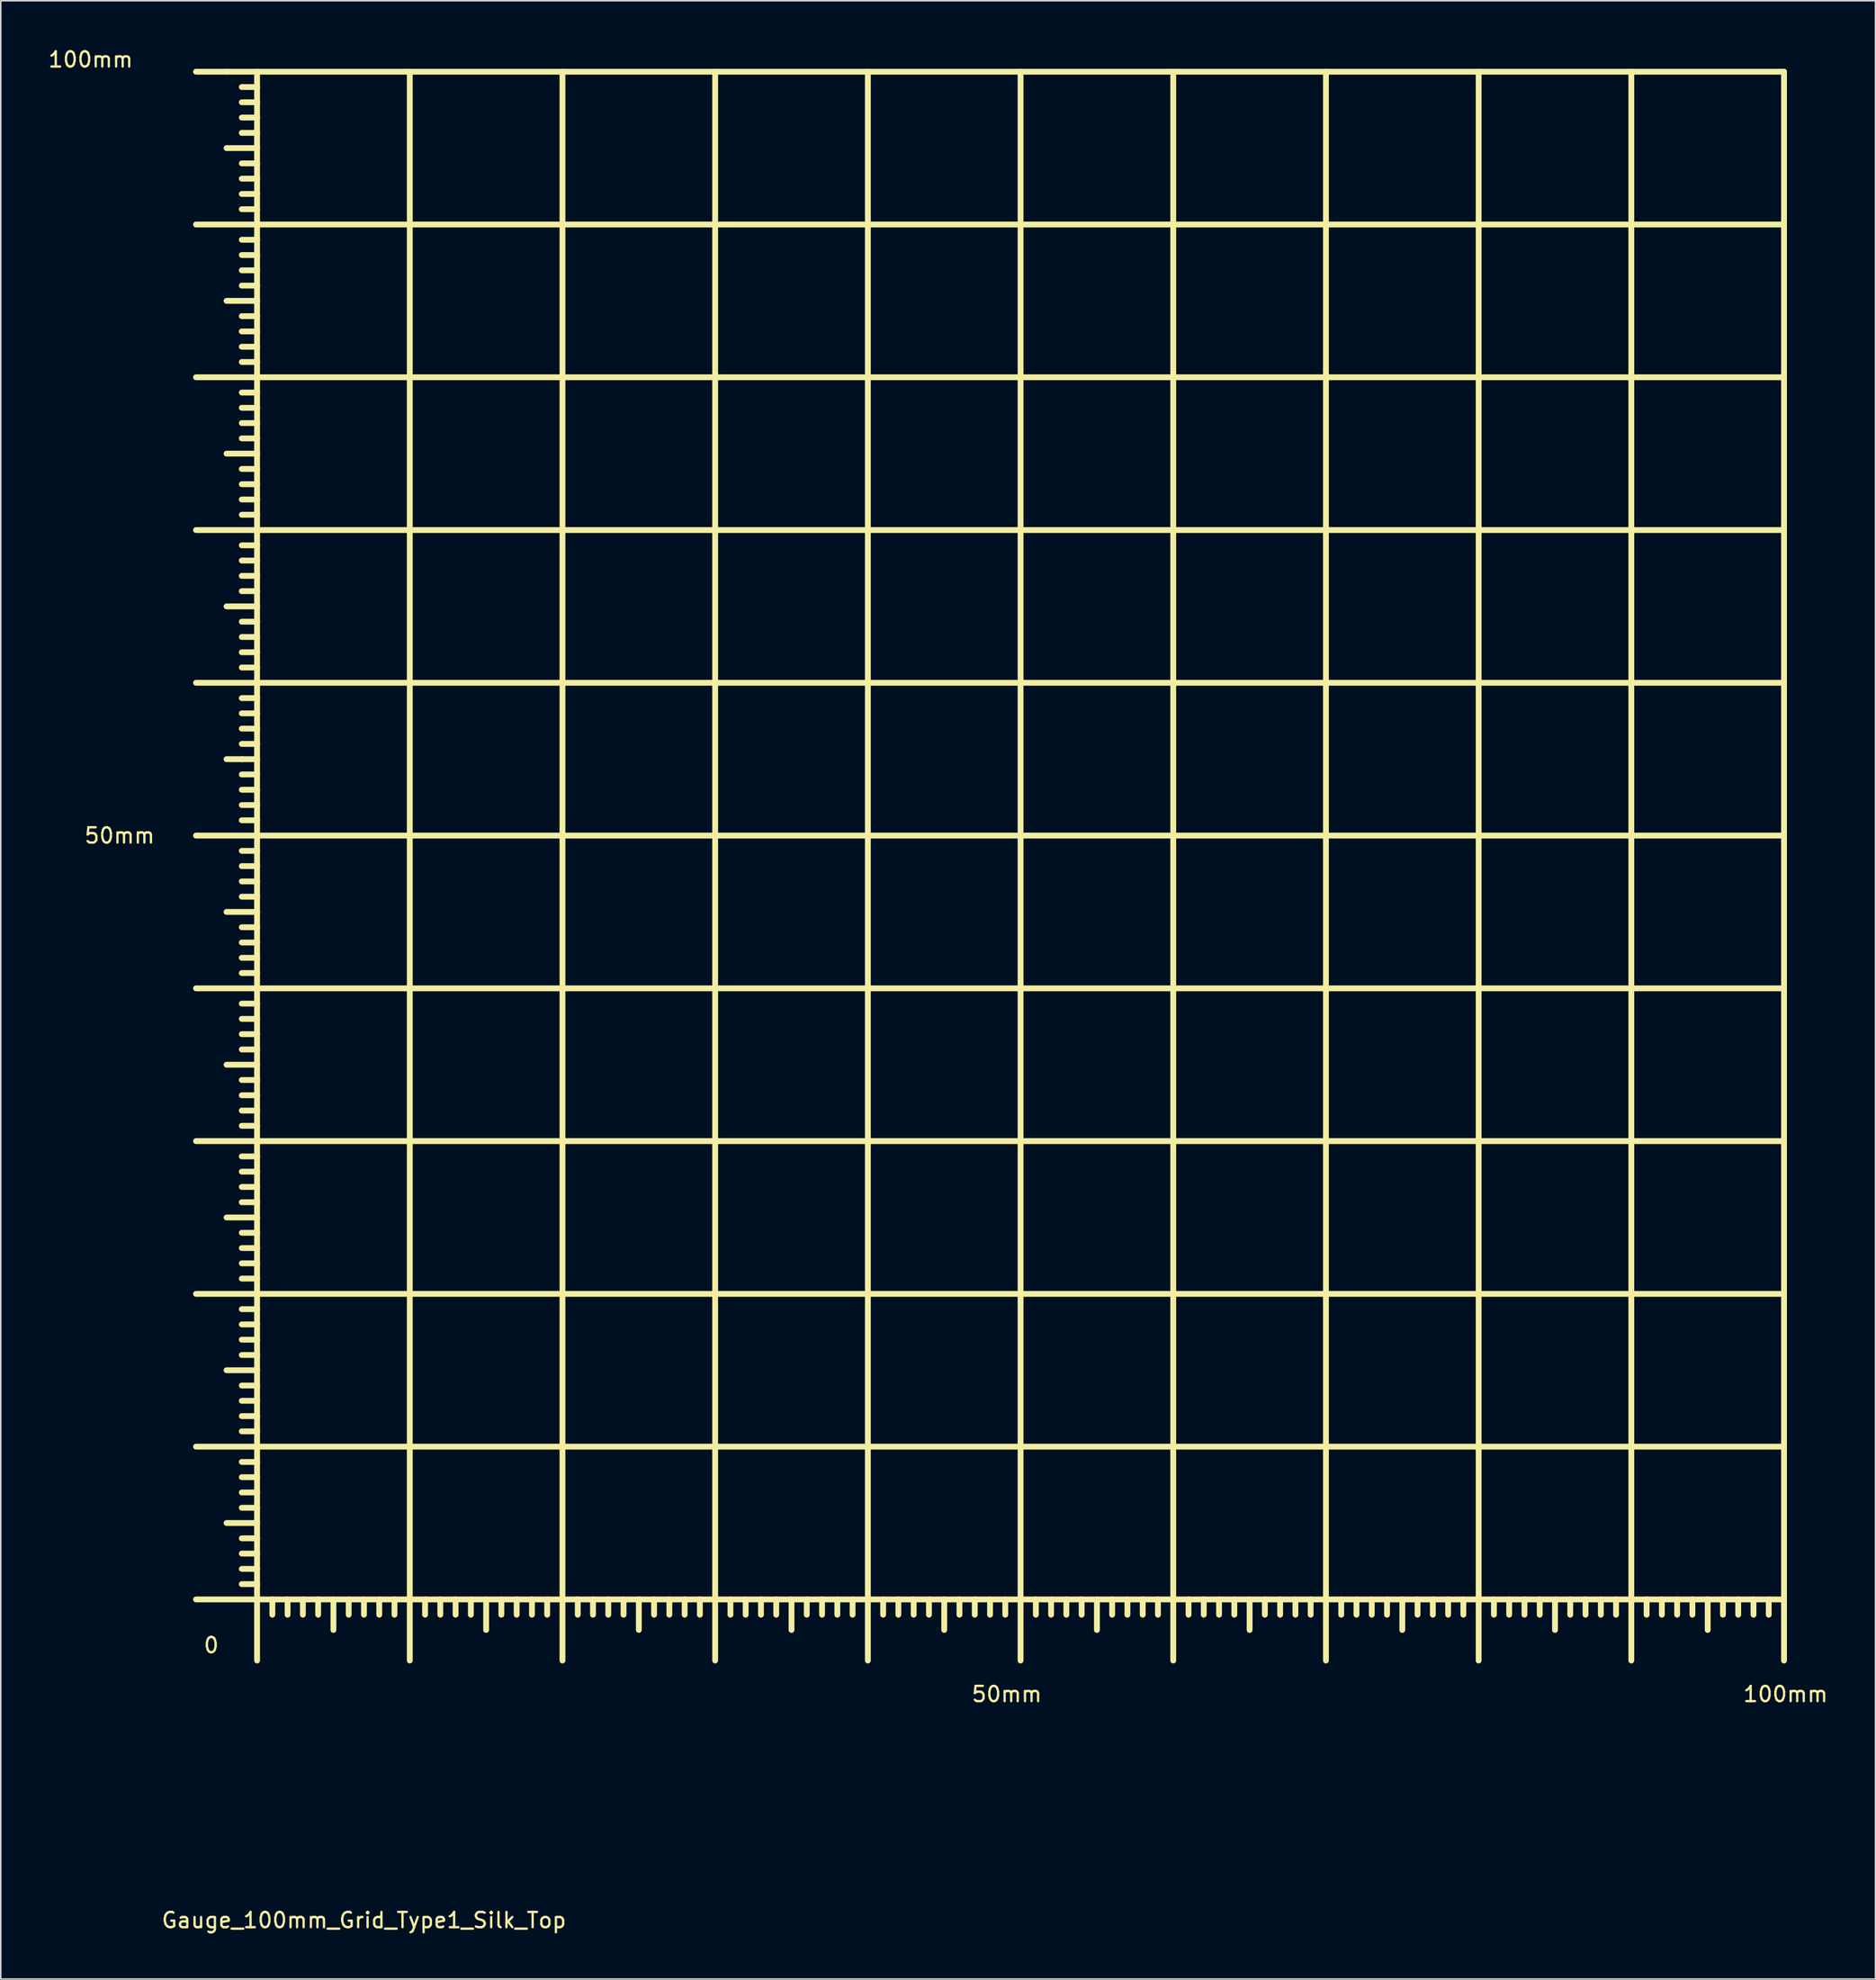
<source format=kicad_pcb>
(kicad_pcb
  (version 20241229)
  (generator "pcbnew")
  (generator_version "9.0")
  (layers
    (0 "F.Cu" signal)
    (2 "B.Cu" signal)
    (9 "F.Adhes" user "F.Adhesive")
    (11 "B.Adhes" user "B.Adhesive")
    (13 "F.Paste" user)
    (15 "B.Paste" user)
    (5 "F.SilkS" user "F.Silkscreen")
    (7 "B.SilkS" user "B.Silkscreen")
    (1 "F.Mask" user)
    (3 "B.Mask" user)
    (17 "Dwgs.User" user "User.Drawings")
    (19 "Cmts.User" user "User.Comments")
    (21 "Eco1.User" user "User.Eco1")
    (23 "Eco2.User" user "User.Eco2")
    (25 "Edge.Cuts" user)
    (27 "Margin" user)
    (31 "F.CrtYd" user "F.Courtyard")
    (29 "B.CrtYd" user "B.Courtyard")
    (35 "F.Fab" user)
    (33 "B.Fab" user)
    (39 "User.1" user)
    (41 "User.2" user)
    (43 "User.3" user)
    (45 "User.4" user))
  (footprint "Gauge_100mm_Grid_Type1_Silk_Top"
    (layer "F.Cu")
    (at 13.786 101.646)
    (property "Reference" "Gauge_100mm_Grid_Type1_Silk_Top" (at 7 21.001 0) (layer "F.SilkS") (effects (font (size 1 1) (thickness 0.15))))
    (attr through_hole)
    (fp_line (start -1.999 -100) (end -4 -100) (stroke (width 0.381) (type solid)) (layer "F.SilkS"))
    (fp_line (start -1.001 -55.001) (end -1.999 -55.001) (stroke (width 0.381) (type solid)) (layer "F.SilkS"))
    (fp_line (start 0 -100) (end -1.999 -100) (stroke (width 0.381) (type solid)) (layer "F.SilkS"))
    (fp_line (start 0 -100) (end 100 -100) (stroke (width 0.381) (type solid)) (layer "F.SilkS"))
    (fp_line (start 0 -98.999) (end -1.001 -98.999) (stroke (width 0.381) (type solid)) (layer "F.SilkS"))
    (fp_line (start 0 -98.001) (end -1.001 -98.001) (stroke (width 0.381) (type solid)) (layer "F.SilkS"))
    (fp_line (start 0 -97) (end -1.001 -97) (stroke (width 0.381) (type solid)) (layer "F.SilkS"))
    (fp_line (start 0 -95.999) (end -1.001 -95.999) (stroke (width 0.381) (type solid)) (layer "F.SilkS"))
    (fp_line (start 0 -95.001) (end -1.999 -95.001) (stroke (width 0.381) (type solid)) (layer "F.SilkS"))
    (fp_line (start 0 -94) (end -1.001 -94) (stroke (width 0.381) (type solid)) (layer "F.SilkS"))
    (fp_line (start 0 -93) (end -1.001 -93) (stroke (width 0.381) (type solid)) (layer "F.SilkS"))
    (fp_line (start 0 -91.999) (end -1.001 -91.999) (stroke (width 0.381) (type solid)) (layer "F.SilkS"))
    (fp_line (start 0 -91.001) (end -1.001 -91.001) (stroke (width 0.381) (type solid)) (layer "F.SilkS"))
    (fp_line (start 0 -90) (end -4 -90) (stroke (width 0.381) (type solid)) (layer "F.SilkS"))
    (fp_line (start 0 -90) (end 100 -90) (stroke (width 0.381) (type solid)) (layer "F.SilkS"))
    (fp_line (start 0 -88.999) (end -1.001 -88.999) (stroke (width 0.381) (type solid)) (layer "F.SilkS"))
    (fp_line (start 0 -88.001) (end -1.001 -88.001) (stroke (width 0.381) (type solid)) (layer "F.SilkS"))
    (fp_line (start 0 -87) (end -1.001 -87) (stroke (width 0.381) (type solid)) (layer "F.SilkS"))
    (fp_line (start 0 -85.999) (end -1.001 -85.999) (stroke (width 0.381) (type solid)) (layer "F.SilkS"))
    (fp_line (start 0 -85.001) (end -1.999 -85.001) (stroke (width 0.381) (type solid)) (layer "F.SilkS"))
    (fp_line (start 0 -84) (end -1.001 -84) (stroke (width 0.381) (type solid)) (layer "F.SilkS"))
    (fp_line (start 0 -83) (end -1.001 -83) (stroke (width 0.381) (type solid)) (layer "F.SilkS"))
    (fp_line (start 0 -81.999) (end -1.001 -81.999) (stroke (width 0.381) (type solid)) (layer "F.SilkS"))
    (fp_line (start 0 -81.001) (end -1.001 -81.001) (stroke (width 0.381) (type solid)) (layer "F.SilkS"))
    (fp_line (start 0 -80) (end -4 -80) (stroke (width 0.381) (type solid)) (layer "F.SilkS"))
    (fp_line (start 0 -80) (end 100 -80) (stroke (width 0.381) (type solid)) (layer "F.SilkS"))
    (fp_line (start 0 -78.999) (end -1.001 -78.999) (stroke (width 0.381) (type solid)) (layer "F.SilkS"))
    (fp_line (start 0 -78.001) (end -1.001 -78.001) (stroke (width 0.381) (type solid)) (layer "F.SilkS"))
    (fp_line (start 0 -77) (end -1.001 -77) (stroke (width 0.381) (type solid)) (layer "F.SilkS"))
    (fp_line (start 0 -75.999) (end -1.001 -75.999) (stroke (width 0.381) (type solid)) (layer "F.SilkS"))
    (fp_line (start 0 -75.001) (end -1.999 -75.001) (stroke (width 0.381) (type solid)) (layer "F.SilkS"))
    (fp_line (start 0 -74) (end -1.001 -74) (stroke (width 0.381) (type solid)) (layer "F.SilkS"))
    (fp_line (start 0 -73) (end -1.001 -73) (stroke (width 0.381) (type solid)) (layer "F.SilkS"))
    (fp_line (start 0 -71.999) (end -1.001 -71.999) (stroke (width 0.381) (type solid)) (layer "F.SilkS"))
    (fp_line (start 0 -71.001) (end -1.001 -71.001) (stroke (width 0.381) (type solid)) (layer "F.SilkS"))
    (fp_line (start 0 -70) (end -4 -70) (stroke (width 0.381) (type solid)) (layer "F.SilkS"))
    (fp_line (start 0 -70) (end 100 -70) (stroke (width 0.381) (type solid)) (layer "F.SilkS"))
    (fp_line (start 0 -68.999) (end -1.001 -68.999) (stroke (width 0.381) (type solid)) (layer "F.SilkS"))
    (fp_line (start 0 -68.001) (end -1.001 -68.001) (stroke (width 0.381) (type solid)) (layer "F.SilkS"))
    (fp_line (start 0 -67) (end -1.001 -67) (stroke (width 0.381) (type solid)) (layer "F.SilkS"))
    (fp_line (start 0 -65.999) (end -1.001 -65.999) (stroke (width 0.381) (type solid)) (layer "F.SilkS"))
    (fp_line (start 0 -65.001) (end -1.999 -65.001) (stroke (width 0.381) (type solid)) (layer "F.SilkS"))
    (fp_line (start 0 -64) (end -1.001 -64) (stroke (width 0.381) (type solid)) (layer "F.SilkS"))
    (fp_line (start 0 -63) (end -1.001 -63) (stroke (width 0.381) (type solid)) (layer "F.SilkS"))
    (fp_line (start 0 -61.999) (end -1.001 -61.999) (stroke (width 0.381) (type solid)) (layer "F.SilkS"))
    (fp_line (start 0 -61.001) (end -1.001 -61.001) (stroke (width 0.381) (type solid)) (layer "F.SilkS"))
    (fp_line (start 0 -60) (end -4 -60) (stroke (width 0.381) (type solid)) (layer "F.SilkS"))
    (fp_line (start 0 -60) (end 100 -60) (stroke (width 0.381) (type solid)) (layer "F.SilkS"))
    (fp_line (start 0 -58.999) (end -1.001 -58.999) (stroke (width 0.381) (type solid)) (layer "F.SilkS"))
    (fp_line (start 0 -58.001) (end -1.001 -58.001) (stroke (width 0.381) (type solid)) (layer "F.SilkS"))
    (fp_line (start 0 -57) (end -1.001 -57) (stroke (width 0.381) (type solid)) (layer "F.SilkS"))
    (fp_line (start 0 -55.999) (end -1.001 -55.999) (stroke (width 0.381) (type solid)) (layer "F.SilkS"))
    (fp_line (start 0 -55.001) (end -1.001 -55.001) (stroke (width 0.381) (type solid)) (layer "F.SilkS"))
    (fp_line (start 0 -54) (end -1.001 -54) (stroke (width 0.381) (type solid)) (layer "F.SilkS"))
    (fp_line (start 0 -53) (end -1.001 -53) (stroke (width 0.381) (type solid)) (layer "F.SilkS"))
    (fp_line (start 0 -51.999) (end -1.001 -51.999) (stroke (width 0.381) (type solid)) (layer "F.SilkS"))
    (fp_line (start 0 -51.001) (end -1.001 -51.001) (stroke (width 0.381) (type solid)) (layer "F.SilkS"))
    (fp_line (start 0 -50) (end -4 -50) (stroke (width 0.381) (type solid)) (layer "F.SilkS"))
    (fp_line (start 0 -50) (end 100 -50) (stroke (width 0.381) (type solid)) (layer "F.SilkS"))
    (fp_line (start 0 -48.999) (end -1.001 -48.999) (stroke (width 0.381) (type solid)) (layer "F.SilkS"))
    (fp_line (start 0 -48.001) (end -1.001 -48.001) (stroke (width 0.381) (type solid)) (layer "F.SilkS"))
    (fp_line (start 0 -47) (end -1.001 -47) (stroke (width 0.381) (type solid)) (layer "F.SilkS"))
    (fp_line (start 0 -45.999) (end -1.001 -45.999) (stroke (width 0.381) (type solid)) (layer "F.SilkS"))
    (fp_line (start 0 -45.001) (end -1.999 -45.001) (stroke (width 0.381) (type solid)) (layer "F.SilkS"))
    (fp_line (start 0 -44) (end -1.001 -44) (stroke (width 0.381) (type solid)) (layer "F.SilkS"))
    (fp_line (start 0 -43) (end -1.001 -43) (stroke (width 0.381) (type solid)) (layer "F.SilkS"))
    (fp_line (start 0 -41.999) (end -1.001 -41.999) (stroke (width 0.381) (type solid)) (layer "F.SilkS"))
    (fp_line (start 0 -41.001) (end -1.001 -41.001) (stroke (width 0.381) (type solid)) (layer "F.SilkS"))
    (fp_line (start 0 -40) (end -4 -40) (stroke (width 0.381) (type solid)) (layer "F.SilkS"))
    (fp_line (start 0 -40) (end 100 -40) (stroke (width 0.381) (type solid)) (layer "F.SilkS"))
    (fp_line (start 0 -38.999) (end -1.001 -38.999) (stroke (width 0.381) (type solid)) (layer "F.SilkS"))
    (fp_line (start 0 -38.001) (end -1.001 -38.001) (stroke (width 0.381) (type solid)) (layer "F.SilkS"))
    (fp_line (start 0 -37) (end -1.001 -37) (stroke (width 0.381) (type solid)) (layer "F.SilkS"))
    (fp_line (start 0 -35.999) (end -1.001 -35.999) (stroke (width 0.381) (type solid)) (layer "F.SilkS"))
    (fp_line (start 0 -35.001) (end -1.999 -35.001) (stroke (width 0.381) (type solid)) (layer "F.SilkS"))
    (fp_line (start 0 -34) (end -1.001 -34) (stroke (width 0.381) (type solid)) (layer "F.SilkS"))
    (fp_line (start 0 -33) (end -1.001 -33) (stroke (width 0.381) (type solid)) (layer "F.SilkS"))
    (fp_line (start 0 -31.999) (end -1.001 -31.999) (stroke (width 0.381) (type solid)) (layer "F.SilkS"))
    (fp_line (start 0 -31.001) (end -1.001 -31.001) (stroke (width 0.381) (type solid)) (layer "F.SilkS"))
    (fp_line (start 0 -30) (end -4 -30) (stroke (width 0.381) (type solid)) (layer "F.SilkS"))
    (fp_line (start 0 -30) (end 100 -30) (stroke (width 0.381) (type solid)) (layer "F.SilkS"))
    (fp_line (start 0 -28.999) (end -1.001 -28.999) (stroke (width 0.381) (type solid)) (layer "F.SilkS"))
    (fp_line (start 0 -28.001) (end -1.001 -28.001) (stroke (width 0.381) (type solid)) (layer "F.SilkS"))
    (fp_line (start 0 -27) (end -1.001 -27) (stroke (width 0.381) (type solid)) (layer "F.SilkS"))
    (fp_line (start 0 -25.999) (end -1.001 -25.999) (stroke (width 0.381) (type solid)) (layer "F.SilkS"))
    (fp_line (start 0 -25.001) (end -1.999 -25.001) (stroke (width 0.381) (type solid)) (layer "F.SilkS"))
    (fp_line (start 0 -24) (end -1.001 -24) (stroke (width 0.381) (type solid)) (layer "F.SilkS"))
    (fp_line (start 0 -23) (end -1.001 -23) (stroke (width 0.381) (type solid)) (layer "F.SilkS"))
    (fp_line (start 0 -21.999) (end -1.001 -21.999) (stroke (width 0.381) (type solid)) (layer "F.SilkS"))
    (fp_line (start 0 -21.001) (end -1.001 -21.001) (stroke (width 0.381) (type solid)) (layer "F.SilkS"))
    (fp_line (start 0 -20) (end -4 -20) (stroke (width 0.381) (type solid)) (layer "F.SilkS"))
    (fp_line (start 0 -20) (end 100 -20) (stroke (width 0.381) (type solid)) (layer "F.SilkS"))
    (fp_line (start 0 -18.999) (end -1.001 -18.999) (stroke (width 0.381) (type solid)) (layer "F.SilkS"))
    (fp_line (start 0 -18.001) (end -1.001 -18.001) (stroke (width 0.381) (type solid)) (layer "F.SilkS"))
    (fp_line (start 0 -17) (end -1.001 -17) (stroke (width 0.381) (type solid)) (layer "F.SilkS"))
    (fp_line (start 0 -15.999) (end -1.001 -15.999) (stroke (width 0.381) (type solid)) (layer "F.SilkS"))
    (fp_line (start 0 -15.001) (end -1.999 -15.001) (stroke (width 0.381) (type solid)) (layer "F.SilkS"))
    (fp_line (start 0 -14) (end -1.001 -14) (stroke (width 0.381) (type solid)) (layer "F.SilkS"))
    (fp_line (start 0 -13) (end -1.001 -13) (stroke (width 0.381) (type solid)) (layer "F.SilkS"))
    (fp_line (start 0 -11.999) (end -1.001 -11.999) (stroke (width 0.381) (type solid)) (layer "F.SilkS"))
    (fp_line (start 0 -11.001) (end -1.001 -11.001) (stroke (width 0.381) (type solid)) (layer "F.SilkS"))
    (fp_line (start 0 -10) (end -4 -10) (stroke (width 0.381) (type solid)) (layer "F.SilkS"))
    (fp_line (start 0 -10) (end 100 -10) (stroke (width 0.381) (type solid)) (layer "F.SilkS"))
    (fp_line (start 0 -8.999) (end -1.001 -8.999) (stroke (width 0.381) (type solid)) (layer "F.SilkS"))
    (fp_line (start 0 -8.001) (end -1.001 -8.001) (stroke (width 0.381) (type solid)) (layer "F.SilkS"))
    (fp_line (start 0 -7) (end -1.001 -7) (stroke (width 0.381) (type solid)) (layer "F.SilkS"))
    (fp_line (start 0 -5.999) (end -1.001 -5.999) (stroke (width 0.381) (type solid)) (layer "F.SilkS"))
    (fp_line (start 0 -5.001) (end -1.999 -5.001) (stroke (width 0.381) (type solid)) (layer "F.SilkS"))
    (fp_line (start 0 -4) (end -1.001 -4) (stroke (width 0.381) (type solid)) (layer "F.SilkS"))
    (fp_line (start 0 -3) (end -1.001 -3) (stroke (width 0.381) (type solid)) (layer "F.SilkS"))
    (fp_line (start 0 -1.999) (end -1.001 -1.999) (stroke (width 0.381) (type solid)) (layer "F.SilkS"))
    (fp_line (start 0 -1.001) (end -1.001 -1.001) (stroke (width 0.381) (type solid)) (layer "F.SilkS"))
    (fp_line (start 0 0) (end -4 0) (stroke (width 0.381) (type solid)) (layer "F.SilkS"))
    (fp_line (start 0 0) (end 0 -100) (stroke (width 0.381) (type solid)) (layer "F.SilkS"))
    (fp_line (start 0 0) (end 0 4) (stroke (width 0.381) (type solid)) (layer "F.SilkS"))
    (fp_line (start 0 0) (end 100 0) (stroke (width 0.381) (type solid)) (layer "F.SilkS"))
    (fp_line (start 1.001 0) (end 1.001 1.001) (stroke (width 0.381) (type solid)) (layer "F.SilkS"))
    (fp_line (start 1.999 0) (end 1.999 1.001) (stroke (width 0.381) (type solid)) (layer "F.SilkS"))
    (fp_line (start 3 0) (end 3 1.001) (stroke (width 0.381) (type solid)) (layer "F.SilkS"))
    (fp_line (start 4 0) (end 4 1.001) (stroke (width 0.381) (type solid)) (layer "F.SilkS"))
    (fp_line (start 5.001 0) (end 5.001 1.999) (stroke (width 0.381) (type solid)) (layer "F.SilkS"))
    (fp_line (start 5.999 0) (end 5.999 1.001) (stroke (width 0.381) (type solid)) (layer "F.SilkS"))
    (fp_line (start 7 0) (end 7 1.001) (stroke (width 0.381) (type solid)) (layer "F.SilkS"))
    (fp_line (start 8.001 0) (end 8.001 1.001) (stroke (width 0.381) (type solid)) (layer "F.SilkS"))
    (fp_line (start 8.999 0) (end 8.999 1.001) (stroke (width 0.381) (type solid)) (layer "F.SilkS"))
    (fp_line (start 10 0) (end 10 -100) (stroke (width 0.381) (type solid)) (layer "F.SilkS"))
    (fp_line (start 10 0) (end 10 4) (stroke (width 0.381) (type solid)) (layer "F.SilkS"))
    (fp_line (start 11.001 0) (end 11.001 1.001) (stroke (width 0.381) (type solid)) (layer "F.SilkS"))
    (fp_line (start 11.999 0) (end 11.999 1.001) (stroke (width 0.381) (type solid)) (layer "F.SilkS"))
    (fp_line (start 13 0) (end 13 1.001) (stroke (width 0.381) (type solid)) (layer "F.SilkS"))
    (fp_line (start 14 0) (end 14 1.001) (stroke (width 0.381) (type solid)) (layer "F.SilkS"))
    (fp_line (start 15.001 0) (end 15.001 1.999) (stroke (width 0.381) (type solid)) (layer "F.SilkS"))
    (fp_line (start 15.999 0) (end 15.999 1.001) (stroke (width 0.381) (type solid)) (layer "F.SilkS"))
    (fp_line (start 17 0) (end 17 1.001) (stroke (width 0.381) (type solid)) (layer "F.SilkS"))
    (fp_line (start 18.001 0) (end 18.001 1.001) (stroke (width 0.381) (type solid)) (layer "F.SilkS"))
    (fp_line (start 18.999 0) (end 18.999 1.001) (stroke (width 0.381) (type solid)) (layer "F.SilkS"))
    (fp_line (start 20 0) (end 20 -100) (stroke (width 0.381) (type solid)) (layer "F.SilkS"))
    (fp_line (start 20 0) (end 20 4) (stroke (width 0.381) (type solid)) (layer "F.SilkS"))
    (fp_line (start 21.001 0) (end 21.001 1.001) (stroke (width 0.381) (type solid)) (layer "F.SilkS"))
    (fp_line (start 21.999 0) (end 21.999 1.001) (stroke (width 0.381) (type solid)) (layer "F.SilkS"))
    (fp_line (start 23 0) (end 23 1.001) (stroke (width 0.381) (type solid)) (layer "F.SilkS"))
    (fp_line (start 24 0) (end 24 1.001) (stroke (width 0.381) (type solid)) (layer "F.SilkS"))
    (fp_line (start 25.001 0) (end 25.001 1.999) (stroke (width 0.381) (type solid)) (layer "F.SilkS"))
    (fp_line (start 25.999 0) (end 25.999 1.001) (stroke (width 0.381) (type solid)) (layer "F.SilkS"))
    (fp_line (start 27 0) (end 27 1.001) (stroke (width 0.381) (type solid)) (layer "F.SilkS"))
    (fp_line (start 28.001 0) (end 28.001 1.001) (stroke (width 0.381) (type solid)) (layer "F.SilkS"))
    (fp_line (start 28.999 0) (end 28.999 1.001) (stroke (width 0.381) (type solid)) (layer "F.SilkS"))
    (fp_line (start 30 0) (end 30 -100) (stroke (width 0.381) (type solid)) (layer "F.SilkS"))
    (fp_line (start 30 0) (end 30 4) (stroke (width 0.381) (type solid)) (layer "F.SilkS"))
    (fp_line (start 31.001 0) (end 31.001 1.001) (stroke (width 0.381) (type solid)) (layer "F.SilkS"))
    (fp_line (start 31.999 0) (end 31.999 1.001) (stroke (width 0.381) (type solid)) (layer "F.SilkS"))
    (fp_line (start 33 0) (end 33 1.001) (stroke (width 0.381) (type solid)) (layer "F.SilkS"))
    (fp_line (start 34 0) (end 34 1.001) (stroke (width 0.381) (type solid)) (layer "F.SilkS"))
    (fp_line (start 35.001 0) (end 35.001 1.999) (stroke (width 0.381) (type solid)) (layer "F.SilkS"))
    (fp_line (start 35.999 0) (end 35.999 1.001) (stroke (width 0.381) (type solid)) (layer "F.SilkS"))
    (fp_line (start 37 0) (end 37 1.001) (stroke (width 0.381) (type solid)) (layer "F.SilkS"))
    (fp_line (start 38.001 0) (end 38.001 1.001) (stroke (width 0.381) (type solid)) (layer "F.SilkS"))
    (fp_line (start 38.999 0) (end 38.999 1.001) (stroke (width 0.381) (type solid)) (layer "F.SilkS"))
    (fp_line (start 40 0) (end 40 -100) (stroke (width 0.381) (type solid)) (layer "F.SilkS"))
    (fp_line (start 40 0) (end 40 4) (stroke (width 0.381) (type solid)) (layer "F.SilkS"))
    (fp_line (start 41.001 0) (end 41.001 1.001) (stroke (width 0.381) (type solid)) (layer "F.SilkS"))
    (fp_line (start 41.999 0) (end 41.999 1.001) (stroke (width 0.381) (type solid)) (layer "F.SilkS"))
    (fp_line (start 43 0) (end 43 1.001) (stroke (width 0.381) (type solid)) (layer "F.SilkS"))
    (fp_line (start 44 0) (end 44 1.001) (stroke (width 0.381) (type solid)) (layer "F.SilkS"))
    (fp_line (start 45.001 0) (end 45.001 1.999) (stroke (width 0.381) (type solid)) (layer "F.SilkS"))
    (fp_line (start 45.999 0) (end 45.999 1.001) (stroke (width 0.381) (type solid)) (layer "F.SilkS"))
    (fp_line (start 47 0) (end 47 1.001) (stroke (width 0.381) (type solid)) (layer "F.SilkS"))
    (fp_line (start 48.001 0) (end 48.001 1.001) (stroke (width 0.381) (type solid)) (layer "F.SilkS"))
    (fp_line (start 48.999 0) (end 48.999 1.001) (stroke (width 0.381) (type solid)) (layer "F.SilkS"))
    (fp_line (start 50 0) (end 50 -100) (stroke (width 0.381) (type solid)) (layer "F.SilkS"))
    (fp_line (start 50 0) (end 50 4) (stroke (width 0.381) (type solid)) (layer "F.SilkS"))
    (fp_line (start 51.001 0) (end 51.001 1.001) (stroke (width 0.381) (type solid)) (layer "F.SilkS"))
    (fp_line (start 51.999 0) (end 51.999 1.001) (stroke (width 0.381) (type solid)) (layer "F.SilkS"))
    (fp_line (start 53 0) (end 53 1.001) (stroke (width 0.381) (type solid)) (layer "F.SilkS"))
    (fp_line (start 54 0) (end 54 1.001) (stroke (width 0.381) (type solid)) (layer "F.SilkS"))
    (fp_line (start 55.001 0) (end 55.001 1.999) (stroke (width 0.381) (type solid)) (layer "F.SilkS"))
    (fp_line (start 55.999 0) (end 55.999 1.001) (stroke (width 0.381) (type solid)) (layer "F.SilkS"))
    (fp_line (start 57 0) (end 57 1.001) (stroke (width 0.381) (type solid)) (layer "F.SilkS"))
    (fp_line (start 58.001 0) (end 58.001 1.001) (stroke (width 0.381) (type solid)) (layer "F.SilkS"))
    (fp_line (start 58.999 0) (end 58.999 1.001) (stroke (width 0.381) (type solid)) (layer "F.SilkS"))
    (fp_line (start 60 -100) (end 60 0) (stroke (width 0.381) (type solid)) (layer "F.SilkS"))
    (fp_line (start 60 0) (end 60 4) (stroke (width 0.381) (type solid)) (layer "F.SilkS"))
    (fp_line (start 61.001 0) (end 61.001 1.001) (stroke (width 0.381) (type solid)) (layer "F.SilkS"))
    (fp_line (start 61.999 0) (end 61.999 1.001) (stroke (width 0.381) (type solid)) (layer "F.SilkS"))
    (fp_line (start 63 0) (end 63 1.001) (stroke (width 0.381) (type solid)) (layer "F.SilkS"))
    (fp_line (start 64 0) (end 64 1.001) (stroke (width 0.381) (type solid)) (layer "F.SilkS"))
    (fp_line (start 65.001 0) (end 65.001 1.999) (stroke (width 0.381) (type solid)) (layer "F.SilkS"))
    (fp_line (start 65.999 0) (end 65.999 1.001) (stroke (width 0.381) (type solid)) (layer "F.SilkS"))
    (fp_line (start 67 0) (end 67 1.001) (stroke (width 0.381) (type solid)) (layer "F.SilkS"))
    (fp_line (start 68.001 0) (end 68.001 1.001) (stroke (width 0.381) (type solid)) (layer "F.SilkS"))
    (fp_line (start 68.999 0) (end 68.999 1.001) (stroke (width 0.381) (type solid)) (layer "F.SilkS"))
    (fp_line (start 70 0) (end 70 -100) (stroke (width 0.381) (type solid)) (layer "F.SilkS"))
    (fp_line (start 70 0) (end 70 4) (stroke (width 0.381) (type solid)) (layer "F.SilkS"))
    (fp_line (start 71.001 0) (end 71.001 1.001) (stroke (width 0.381) (type solid)) (layer "F.SilkS"))
    (fp_line (start 71.999 0) (end 71.999 1.001) (stroke (width 0.381) (type solid)) (layer "F.SilkS"))
    (fp_line (start 73 0) (end 73 1.001) (stroke (width 0.381) (type solid)) (layer "F.SilkS"))
    (fp_line (start 74 0) (end 74 1.001) (stroke (width 0.381) (type solid)) (layer "F.SilkS"))
    (fp_line (start 75.001 0) (end 75.001 1.999) (stroke (width 0.381) (type solid)) (layer "F.SilkS"))
    (fp_line (start 75.999 0) (end 75.999 1.001) (stroke (width 0.381) (type solid)) (layer "F.SilkS"))
    (fp_line (start 77 0) (end 77 1.001) (stroke (width 0.381) (type solid)) (layer "F.SilkS"))
    (fp_line (start 78.001 0) (end 78.001 1.001) (stroke (width 0.381) (type solid)) (layer "F.SilkS"))
    (fp_line (start 78.999 0) (end 78.999 1.001) (stroke (width 0.381) (type solid)) (layer "F.SilkS"))
    (fp_line (start 80 -100) (end 80 0) (stroke (width 0.381) (type solid)) (layer "F.SilkS"))
    (fp_line (start 80 0) (end 80 4) (stroke (width 0.381) (type solid)) (layer "F.SilkS"))
    (fp_line (start 81.001 0) (end 81.001 1.001) (stroke (width 0.381) (type solid)) (layer "F.SilkS"))
    (fp_line (start 81.999 0) (end 81.999 1.001) (stroke (width 0.381) (type solid)) (layer "F.SilkS"))
    (fp_line (start 83 0) (end 83 1.001) (stroke (width 0.381) (type solid)) (layer "F.SilkS"))
    (fp_line (start 84 0) (end 84 1.001) (stroke (width 0.381) (type solid)) (layer "F.SilkS"))
    (fp_line (start 85.001 0) (end 85.001 1.999) (stroke (width 0.381) (type solid)) (layer "F.SilkS"))
    (fp_line (start 85.999 0) (end 85.999 1.001) (stroke (width 0.381) (type solid)) (layer "F.SilkS"))
    (fp_line (start 87 0) (end 87 1.001) (stroke (width 0.381) (type solid)) (layer "F.SilkS"))
    (fp_line (start 88.001 0) (end 88.001 1.001) (stroke (width 0.381) (type solid)) (layer "F.SilkS"))
    (fp_line (start 88.999 0) (end 88.999 1.001) (stroke (width 0.381) (type solid)) (layer "F.SilkS"))
    (fp_line (start 90 0) (end 90 -100) (stroke (width 0.381) (type solid)) (layer "F.SilkS"))
    (fp_line (start 90 0) (end 90 4) (stroke (width 0.381) (type solid)) (layer "F.SilkS"))
    (fp_line (start 91.001 0) (end 91.001 1.001) (stroke (width 0.381) (type solid)) (layer "F.SilkS"))
    (fp_line (start 91.999 0) (end 91.999 1.001) (stroke (width 0.381) (type solid)) (layer "F.SilkS"))
    (fp_line (start 93 0) (end 93 1.001) (stroke (width 0.381) (type solid)) (layer "F.SilkS"))
    (fp_line (start 94 0) (end 94 1.001) (stroke (width 0.381) (type solid)) (layer "F.SilkS"))
    (fp_line (start 95.001 0) (end 95.001 1.999) (stroke (width 0.381) (type solid)) (layer "F.SilkS"))
    (fp_line (start 95.999 0) (end 95.999 1.001) (stroke (width 0.381) (type solid)) (layer "F.SilkS"))
    (fp_line (start 97 0) (end 97 1.001) (stroke (width 0.381) (type solid)) (layer "F.SilkS"))
    (fp_line (start 98.001 0) (end 98.001 1.001) (stroke (width 0.381) (type solid)) (layer "F.SilkS"))
    (fp_line (start 98.999 0) (end 98.999 1.001) (stroke (width 0.381) (type solid)) (layer "F.SilkS"))
    (fp_line (start 100 -100) (end 100 0) (stroke (width 0.381) (type solid)) (layer "F.SilkS"))
    (fp_line (start 100 0) (end 100 4) (stroke (width 0.381) (type solid)) (layer "F.SilkS"))
    (fp_text user "0" (at -3 3 0) (layer "F.SilkS") (effects (font (size 1 1) (thickness 0.15))))
    (fp_text user "100mm" (at 100.101 6.203 0) (layer "F.SilkS") (effects (font (size 1 1) (thickness 0.15))))
    (fp_text user "100mm" (at -10.899 -100.797 0) (layer "F.SilkS") (effects (font (size 1 1) (thickness 0.15))))
    (fp_text user "50mm" (at -8.999 -50 0) (layer "F.SilkS") (effects (font (size 1 1) (thickness 0.15))))
    (fp_text user "50mm" (at 49.101 6.203 0) (layer "F.SilkS") (effects (font (size 1 1) (thickness 0.15)))))
  (gr_rect
    (start -3 -3)
    (end 119.774 126.495)
    (stroke (width 0.1) (type default))
    (fill no)
    (layer "Edge.Cuts")))
</source>
